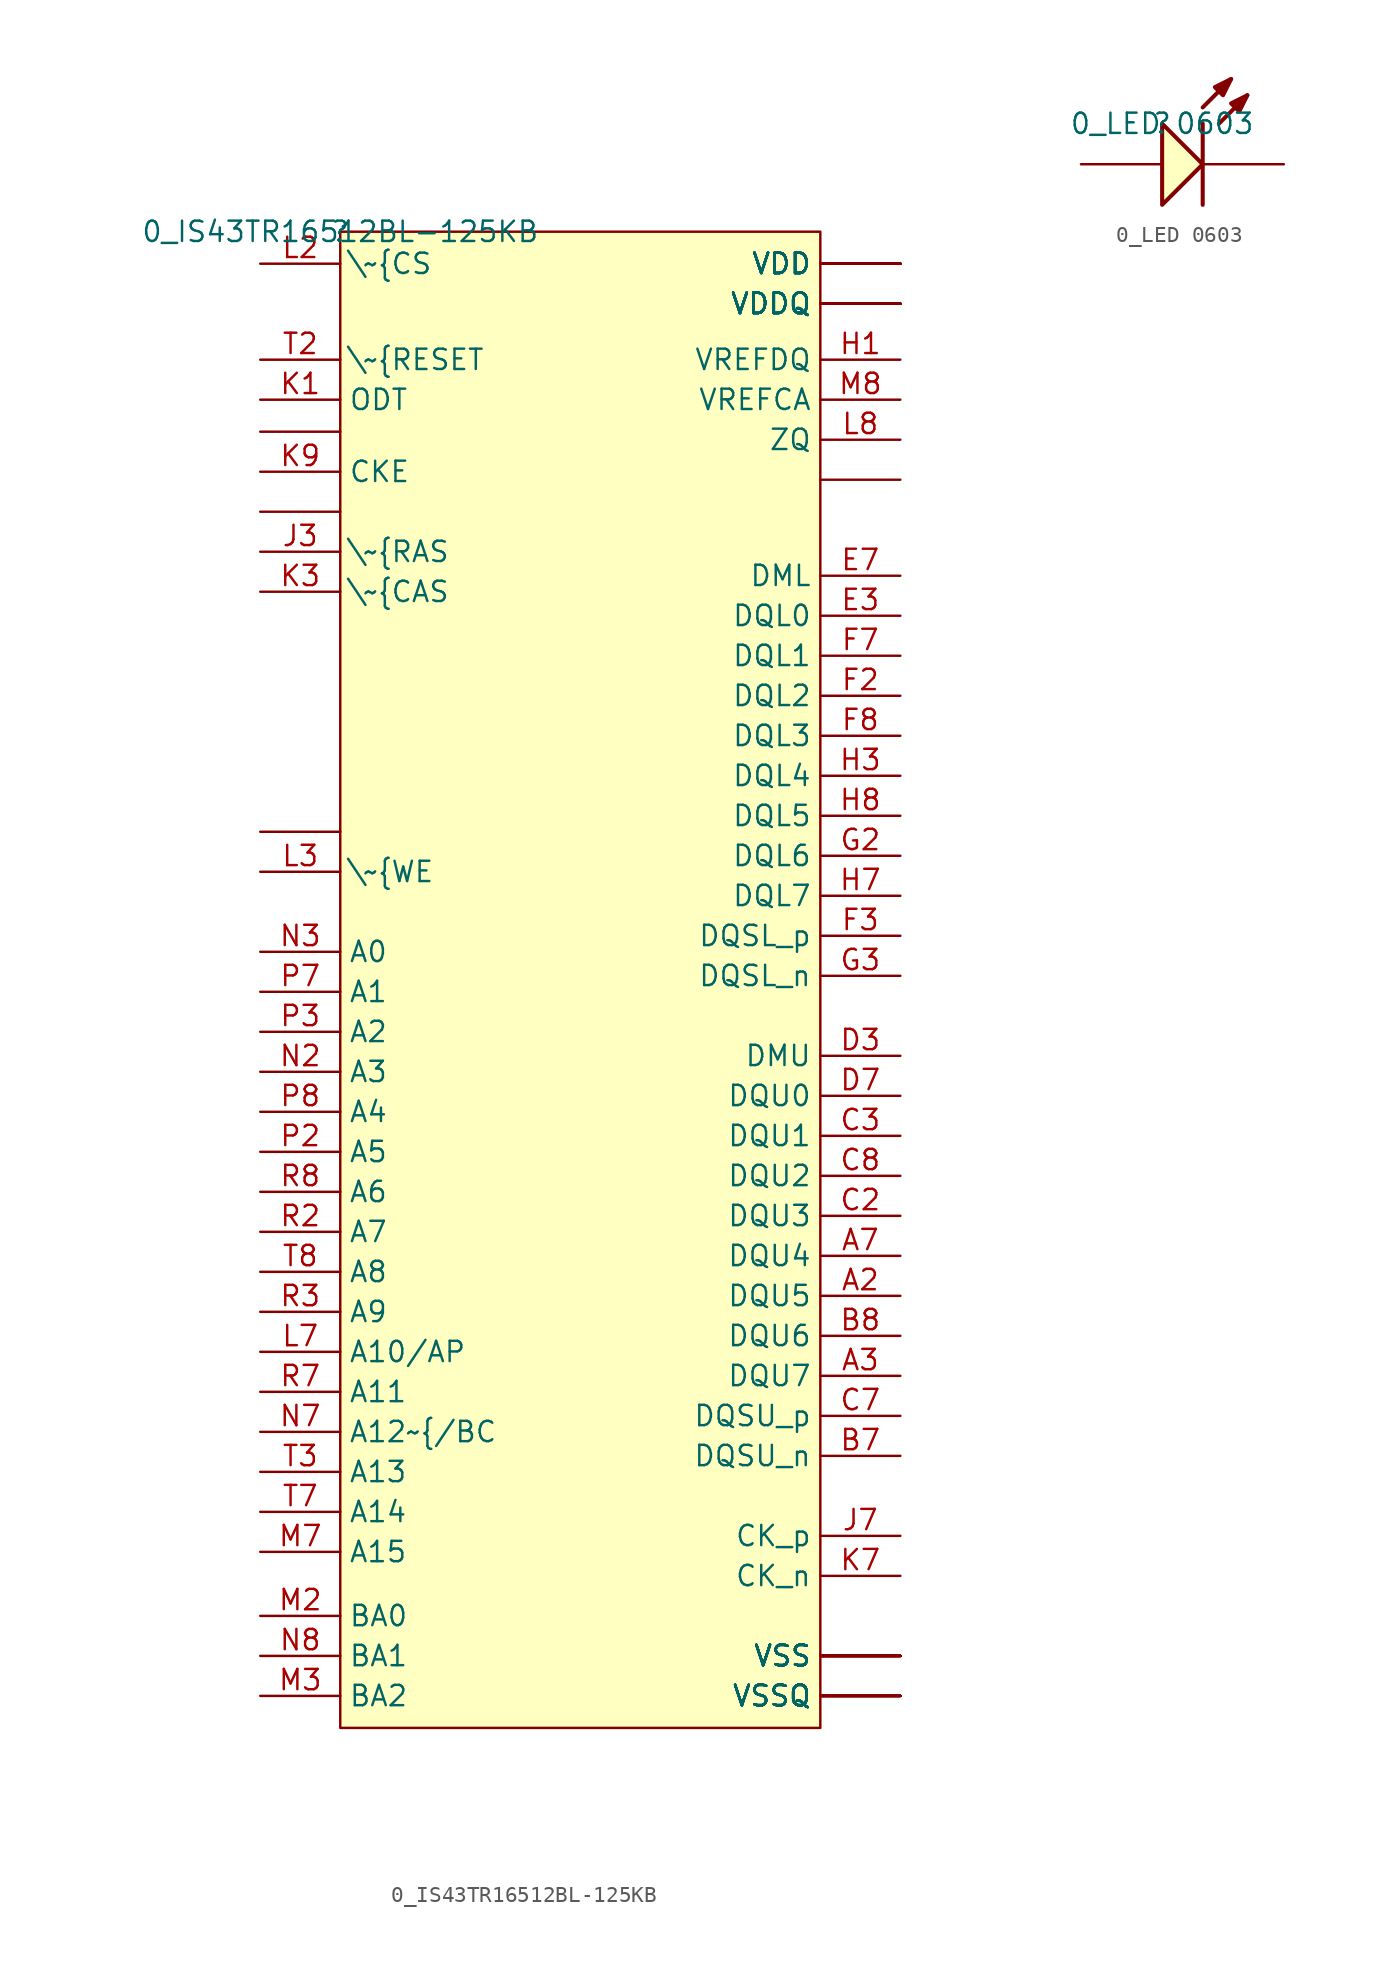
<source format=kicad_sym>
(kicad_symbol_lib
  (version 20210619)
  (generator kicad_symbol_editor)
  (symbol "e-verest-altium-import:0_IS43TR16512BL-125KB"
    (property "Reference" ""
      (at 0 0 0)
      (effects (font (size 1.27 1.27))))
    (property "Value" "0_IS43TR16512BL-125KB"
      (at 0 0 0)
      (effects (font (size 1.27 1.27))))
    (symbol "0_IS43TR16512BL-125KB_1_0"
      (rectangle (start 30 0.0001) (end -0.0001 -93.5) (stroke (width 0)) (fill (type background)))
      (pin input line (at -5 -82.5 0) (length 5) (name "A15" (effects (font (size 1.27 1.27)))) (number "M7" (effects (font (size 1.27 1.27)))))
      (pin power_in line (at 35 -4.5 180) (length 5) (name "VDDQ" (effects (font (size 1.27 1.27)))) (number "A1" (effects (font (size 0 0)))))
      (pin bidirectional line (at 35 -66.5 180) (length 5) (name "DQU5" (effects (font (size 1.27 1.27)))) (number "A2" (effects (font (size 1.27 1.27)))))
      (pin bidirectional line (at 35 -71.5 180) (length 5) (name "DQU7" (effects (font (size 1.27 1.27)))) (number "A3" (effects (font (size 1.27 1.27)))))
      (pin bidirectional line (at 35 -64 180) (length 5) (name "DQU4" (effects (font (size 1.27 1.27)))) (number "A7" (effects (font (size 1.27 1.27)))))
      (pin power_in line (at 35 -4.5 180) (length 5) (name "VDDQ" (effects (font (size 1.27 1.27)))) (number "A8" (effects (font (size 0 0)))))
      (pin power_in line (at 35 -89 180) (length 5) (name "VSS" (effects (font (size 1.27 1.27)))) (number "A9" (effects (font (size 0 0)))))
      (pin power_in line (at 35 -91.5 180) (length 5) (name "VSSQ" (effects (font (size 1.27 1.27)))) (number "B1" (effects (font (size 0 0)))))
      (pin power_in line (at 35 -2 180) (length 5) (name "VDD" (effects (font (size 1.27 1.27)))) (number "B2" (effects (font (size 0 0)))))
      (pin power_in line (at 35 -89 180) (length 5) (name "VSS" (effects (font (size 1.27 1.27)))) (number "B3" (effects (font (size 0 0)))))
      (pin bidirectional line (at 35 -76.5 180) (length 5) (name "DQSU_n" (effects (font (size 1.27 1.27)))) (number "B7" (effects (font (size 1.27 1.27)))))
      (pin bidirectional line (at 35 -69 180) (length 5) (name "DQU6" (effects (font (size 1.27 1.27)))) (number "B8" (effects (font (size 1.27 1.27)))))
      (pin power_in line (at 35 -91.5 180) (length 5) (name "VSSQ" (effects (font (size 1.27 1.27)))) (number "B9" (effects (font (size 0 0)))))
      (pin power_in line (at 35 -4.5 180) (length 5) (name "VDDQ" (effects (font (size 1.27 1.27)))) (number "C1" (effects (font (size 0 0)))))
      (pin bidirectional line (at 35 -61.5 180) (length 5) (name "DQU3" (effects (font (size 1.27 1.27)))) (number "C2" (effects (font (size 1.27 1.27)))))
      (pin bidirectional line (at 35 -56.5 180) (length 5) (name "DQU1" (effects (font (size 1.27 1.27)))) (number "C3" (effects (font (size 1.27 1.27)))))
      (pin bidirectional line (at 35 -74 180) (length 5) (name "DQSU_p" (effects (font (size 1.27 1.27)))) (number "C7" (effects (font (size 1.27 1.27)))))
      (pin bidirectional line (at 35 -59 180) (length 5) (name "DQU2" (effects (font (size 1.27 1.27)))) (number "C8" (effects (font (size 1.27 1.27)))))
      (pin power_in line (at 35 -4.5 180) (length 5) (name "VDDQ" (effects (font (size 1.27 1.27)))) (number "C9" (effects (font (size 0 0)))))
      (pin power_in line (at 35 -91.5 180) (length 5) (name "VSSQ" (effects (font (size 1.27 1.27)))) (number "D1" (effects (font (size 0 0)))))
      (pin power_in line (at 35 -4.5 180) (length 5) (name "VDDQ" (effects (font (size 1.27 1.27)))) (number "D2" (effects (font (size 0 0)))))
      (pin input line (at 35 -51.5 180) (length 5) (name "DMU" (effects (font (size 1.27 1.27)))) (number "D3" (effects (font (size 1.27 1.27)))))
      (pin bidirectional line (at 35 -54 180) (length 5) (name "DQU0" (effects (font (size 1.27 1.27)))) (number "D7" (effects (font (size 1.27 1.27)))))
      (pin power_in line (at 35 -91.5 180) (length 5) (name "VSSQ" (effects (font (size 1.27 1.27)))) (number "D8" (effects (font (size 0 0)))))
      (pin power_in line (at 35 -2 180) (length 5) (name "VDD" (effects (font (size 1.27 1.27)))) (number "D9" (effects (font (size 0 0)))))
      (pin power_in line (at 35 -89 180) (length 5) (name "VSS" (effects (font (size 1.27 1.27)))) (number "E1" (effects (font (size 0 0)))))
      (pin power_in line (at 35 -91.5 180) (length 5) (name "VSSQ" (effects (font (size 1.27 1.27)))) (number "E2" (effects (font (size 0 0)))))
      (pin bidirectional line (at 35 -24 180) (length 5) (name "DQL0" (effects (font (size 1.27 1.27)))) (number "E3" (effects (font (size 1.27 1.27)))))
      (pin input line (at 35 -21.5 180) (length 5) (name "DML" (effects (font (size 1.27 1.27)))) (number "E7" (effects (font (size 1.27 1.27)))))
      (pin power_in line (at 35 -91.5 180) (length 5) (name "VSSQ" (effects (font (size 1.27 1.27)))) (number "E8" (effects (font (size 0 0)))))
      (pin power_in line (at 35 -4.5 180) (length 5) (name "VDDQ" (effects (font (size 1.27 1.27)))) (number "E9" (effects (font (size 0 0)))))
      (pin power_in line (at 35 -4.5 180) (length 5) (name "VDDQ" (effects (font (size 1.27 1.27)))) (number "F1" (effects (font (size 0 0)))))
      (pin bidirectional line (at 35 -29 180) (length 5) (name "DQL2" (effects (font (size 1.27 1.27)))) (number "F2" (effects (font (size 1.27 1.27)))))
      (pin bidirectional line (at 35 -44 180) (length 5) (name "DQSL_p" (effects (font (size 1.27 1.27)))) (number "F3" (effects (font (size 1.27 1.27)))))
      (pin bidirectional line (at 35 -26.5 180) (length 5) (name "DQL1" (effects (font (size 1.27 1.27)))) (number "F7" (effects (font (size 1.27 1.27)))))
      (pin bidirectional line (at 35 -31.5 180) (length 5) (name "DQL3" (effects (font (size 1.27 1.27)))) (number "F8" (effects (font (size 1.27 1.27)))))
      (pin power_in line (at 35 -91.5 180) (length 5) (name "VSSQ" (effects (font (size 1.27 1.27)))) (number "F9" (effects (font (size 0 0)))))
      (pin power_in line (at 35 -91.5 180) (length 5) (name "VSSQ" (effects (font (size 1.27 1.27)))) (number "G1" (effects (font (size 0 0)))))
      (pin bidirectional line (at 35 -39 180) (length 5) (name "DQL6" (effects (font (size 1.27 1.27)))) (number "G2" (effects (font (size 1.27 1.27)))))
      (pin bidirectional line (at 35 -46.5 180) (length 5) (name "DQSL_n" (effects (font (size 1.27 1.27)))) (number "G3" (effects (font (size 1.27 1.27)))))
      (pin power_in line (at 35 -2 180) (length 5) (name "VDD" (effects (font (size 1.27 1.27)))) (number "G7" (effects (font (size 0 0)))))
      (pin power_in line (at 35 -89 180) (length 5) (name "VSS" (effects (font (size 1.27 1.27)))) (number "G8" (effects (font (size 0 0)))))
      (pin power_in line (at 35 -91.5 180) (length 5) (name "VSSQ" (effects (font (size 1.27 1.27)))) (number "G9" (effects (font (size 0 0)))))
      (pin power_in line (at 35 -8 180) (length 5) (name "VREFDQ" (effects (font (size 1.27 1.27)))) (number "H1" (effects (font (size 1.27 1.27)))))
      (pin power_in line (at 35 -4.5 180) (length 5) (name "VDDQ" (effects (font (size 1.27 1.27)))) (number "H2" (effects (font (size 0 0)))))
      (pin bidirectional line (at 35 -34 180) (length 5) (name "DQL4" (effects (font (size 1.27 1.27)))) (number "H3" (effects (font (size 1.27 1.27)))))
      (pin bidirectional line (at 35 -41.5 180) (length 5) (name "DQL7" (effects (font (size 1.27 1.27)))) (number "H7" (effects (font (size 1.27 1.27)))))
      (pin bidirectional line (at 35 -36.5 180) (length 5) (name "DQL5" (effects (font (size 1.27 1.27)))) (number "H8" (effects (font (size 1.27 1.27)))))
      (pin power_in line (at 35 -4.5 180) (length 5) (name "VDDQ" (effects (font (size 1.27 1.27)))) (number "H9" (effects (font (size 0 0)))))
      (pin passive line (at -5 -12.5 0) (length 5) (name "NC" (effects (font (size 0 0)))) (number "J1" (effects (font (size 0 0)))))
      (pin power_in line (at 35 -89 180) (length 5) (name "VSS" (effects (font (size 1.27 1.27)))) (number "J2" (effects (font (size 0 0)))))
      (pin input line (at -5 -20 0) (length 5) (name "\\~{RAS" (effects (font (size 1.27 1.27)))) (number "J3" (effects (font (size 1.27 1.27)))))
      (pin input line (at 35 -81.5 180) (length 5) (name "CK_p" (effects (font (size 1.27 1.27)))) (number "J7" (effects (font (size 1.27 1.27)))))
      (pin power_in line (at 35 -89 180) (length 5) (name "VSS" (effects (font (size 1.27 1.27)))) (number "J8" (effects (font (size 0 0)))))
      (pin passive line (at -5 -17.5 0) (length 5) (name "NC" (effects (font (size 0 0)))) (number "J9" (effects (font (size 0 0)))))
      (pin input line (at -5 -10.5 0) (length 5) (name "ODT" (effects (font (size 1.27 1.27)))) (number "K1" (effects (font (size 1.27 1.27)))))
      (pin power_in line (at 35 -2 180) (length 5) (name "VDD" (effects (font (size 1.27 1.27)))) (number "K2" (effects (font (size 0 0)))))
      (pin input line (at -5 -22.5 0) (length 5) (name "\\~{CAS" (effects (font (size 1.27 1.27)))) (number "K3" (effects (font (size 1.27 1.27)))))
      (pin input line (at 35 -84 180) (length 5) (name "CK_n" (effects (font (size 1.27 1.27)))) (number "K7" (effects (font (size 1.27 1.27)))))
      (pin power_in line (at 35 -2 180) (length 5) (name "VDD" (effects (font (size 1.27 1.27)))) (number "K8" (effects (font (size 0 0)))))
      (pin input line (at -5 -15 0) (length 5) (name "CKE" (effects (font (size 1.27 1.27)))) (number "K9" (effects (font (size 1.27 1.27)))))
      (pin passive line (at -5 -37.5 0) (length 5) (name "NC" (effects (font (size 0 0)))) (number "L1" (effects (font (size 0 0)))))
      (pin input line (at -5 -2 0) (length 5) (name "\\~{CS" (effects (font (size 1.27 1.27)))) (number "L2" (effects (font (size 1.27 1.27)))))
      (pin input line (at -5 -40 0) (length 5) (name "\\~{WE" (effects (font (size 1.27 1.27)))) (number "L3" (effects (font (size 1.27 1.27)))))
      (pin input line (at -5 -70 0) (length 5) (name "A10/AP" (effects (font (size 1.27 1.27)))) (number "L7" (effects (font (size 1.27 1.27)))))
      (pin power_in line (at 35 -13 180) (length 5) (name "ZQ" (effects (font (size 1.27 1.27)))) (number "L8" (effects (font (size 1.27 1.27)))))
      (pin passive line (at 35 -15.5 180) (length 5) (name "NC" (effects (font (size 0 0)))) (number "L9" (effects (font (size 0 0)))))
      (pin power_in line (at 35 -89 180) (length 5) (name "VSS" (effects (font (size 1.27 1.27)))) (number "M1" (effects (font (size 0 0)))))
      (pin input line (at -5 -86.5 0) (length 5) (name "BA0" (effects (font (size 1.27 1.27)))) (number "M2" (effects (font (size 1.27 1.27)))))
      (pin input line (at -5 -91.5 0) (length 5) (name "BA2" (effects (font (size 1.27 1.27)))) (number "M3" (effects (font (size 1.27 1.27)))))
      (pin power_in line (at 35 -10.5 180) (length 5) (name "VREFCA" (effects (font (size 1.27 1.27)))) (number "M8" (effects (font (size 1.27 1.27)))))
      (pin power_in line (at 35 -89 180) (length 5) (name "VSS" (effects (font (size 1.27 1.27)))) (number "M9" (effects (font (size 0 0)))))
      (pin power_in line (at 35 -2 180) (length 5) (name "VDD" (effects (font (size 1.27 1.27)))) (number "N1" (effects (font (size 0 0)))))
      (pin input line (at -5 -52.5 0) (length 5) (name "A3" (effects (font (size 1.27 1.27)))) (number "N2" (effects (font (size 1.27 1.27)))))
      (pin input line (at -5 -45 0) (length 5) (name "A0" (effects (font (size 1.27 1.27)))) (number "N3" (effects (font (size 1.27 1.27)))))
      (pin input line (at -5 -75 0) (length 5) (name "A12~{/BC" (effects (font (size 1.27 1.27)))) (number "N7" (effects (font (size 1.27 1.27)))))
      (pin input line (at -5 -89 0) (length 5) (name "BA1" (effects (font (size 1.27 1.27)))) (number "N8" (effects (font (size 1.27 1.27)))))
      (pin power_in line (at 35 -2 180) (length 5) (name "VDD" (effects (font (size 1.27 1.27)))) (number "N9" (effects (font (size 0 0)))))
      (pin power_in line (at 35 -89 180) (length 5) (name "VSS" (effects (font (size 1.27 1.27)))) (number "P1" (effects (font (size 0 0)))))
      (pin input line (at -5 -57.5 0) (length 5) (name "A5" (effects (font (size 1.27 1.27)))) (number "P2" (effects (font (size 1.27 1.27)))))
      (pin input line (at -5 -50 0) (length 5) (name "A2" (effects (font (size 1.27 1.27)))) (number "P3" (effects (font (size 1.27 1.27)))))
      (pin input line (at -5 -47.5 0) (length 5) (name "A1" (effects (font (size 1.27 1.27)))) (number "P7" (effects (font (size 1.27 1.27)))))
      (pin input line (at -5 -55 0) (length 5) (name "A4" (effects (font (size 1.27 1.27)))) (number "P8" (effects (font (size 1.27 1.27)))))
      (pin power_in line (at 35 -89 180) (length 5) (name "VSS" (effects (font (size 1.27 1.27)))) (number "P9" (effects (font (size 0 0)))))
      (pin power_in line (at 35 -2 180) (length 5) (name "VDD" (effects (font (size 1.27 1.27)))) (number "R1" (effects (font (size 0 0)))))
      (pin input line (at -5 -62.5 0) (length 5) (name "A7" (effects (font (size 1.27 1.27)))) (number "R2" (effects (font (size 1.27 1.27)))))
      (pin input line (at -5 -67.5 0) (length 5) (name "A9" (effects (font (size 1.27 1.27)))) (number "R3" (effects (font (size 1.27 1.27)))))
      (pin input line (at -5 -72.5 0) (length 5) (name "A11" (effects (font (size 1.27 1.27)))) (number "R7" (effects (font (size 1.27 1.27)))))
      (pin input line (at -5 -60 0) (length 5) (name "A6" (effects (font (size 1.27 1.27)))) (number "R8" (effects (font (size 1.27 1.27)))))
      (pin power_in line (at 35 -2 180) (length 5) (name "VDD" (effects (font (size 1.27 1.27)))) (number "R9" (effects (font (size 0 0)))))
      (pin power_in line (at 35 -89 180) (length 5) (name "VSS" (effects (font (size 1.27 1.27)))) (number "T1" (effects (font (size 0 0)))))
      (pin input line (at -5 -8 0) (length 5) (name "\\~{RESET" (effects (font (size 1.27 1.27)))) (number "T2" (effects (font (size 1.27 1.27)))))
      (pin input line (at -5 -77.5 0) (length 5) (name "A13" (effects (font (size 1.27 1.27)))) (number "T3" (effects (font (size 1.27 1.27)))))
      (pin input line (at -5 -80 0) (length 5) (name "A14" (effects (font (size 1.27 1.27)))) (number "T7" (effects (font (size 1.27 1.27)))))
      (pin input line (at -5 -65 0) (length 5) (name "A8" (effects (font (size 1.27 1.27)))) (number "T8" (effects (font (size 1.27 1.27)))))
      (pin power_in line (at 35 -89 180) (length 5) (name "VSS" (effects (font (size 1.27 1.27)))) (number "T9" (effects (font (size 0 0)))))))
  (symbol "e-verest-altium-import:0_LED 0603"
    (property "Reference" ""
      (at 0 0 0)
      (effects (font (size 1.27 1.27))))
    (property "Value" "0_LED 0603"
      (at 0 0 0)
      (effects (font (size 1.27 1.27))))
    (symbol "0_LED 0603_1_0"
      (polyline (pts (xy 2.54 0) (xy 2.54 -5.08)) (stroke (width 0.254)) (fill (type none)))
      (polyline (pts (xy 2.54 1.016) (xy 4.318 2.794)) (stroke (width 0.254)) (fill (type none)))
      (polyline (pts (xy 3.556 0) (xy 5.334 1.778)) (stroke (width 0.254)) (fill (type none)))
      (polyline (pts (xy 4.318 2.794) (xy 3.302 2.286) (xy 3.81 1.778) (xy 4.318 2.794)) (stroke (width 0.254)) (fill (type outline)))
      (polyline (pts (xy 5.334 1.778) (xy 4.318 1.27) (xy 4.826 0.762) (xy 5.334 1.778)) (stroke (width 0.254)) (fill (type outline)))
      (polyline (pts (xy 0 -5.08) (xy 2.54 -2.54) (xy 0 0) (xy 0 -5.08)) (stroke (width 0.254)) (fill (type background)))
      (pin passive line (at -5.08 -2.54 0) (length 5.08) (name "A" (effects (font (size 0 0)))) (number "1" (effects (font (size 0 0)))))
      (pin passive line (at 7.62 -2.54 180) (length 5.08) (name "K" (effects (font (size 0 0)))) (number "2" (effects (font (size 0 0))))))))
</source>
